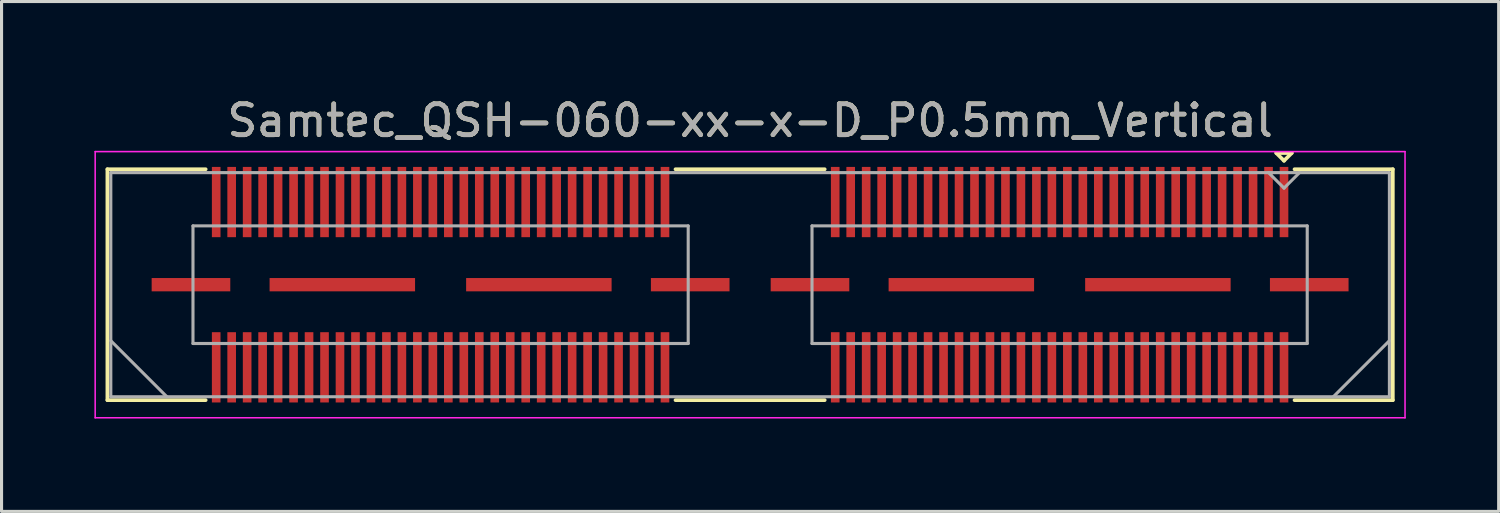
<source format=kicad_pcb>
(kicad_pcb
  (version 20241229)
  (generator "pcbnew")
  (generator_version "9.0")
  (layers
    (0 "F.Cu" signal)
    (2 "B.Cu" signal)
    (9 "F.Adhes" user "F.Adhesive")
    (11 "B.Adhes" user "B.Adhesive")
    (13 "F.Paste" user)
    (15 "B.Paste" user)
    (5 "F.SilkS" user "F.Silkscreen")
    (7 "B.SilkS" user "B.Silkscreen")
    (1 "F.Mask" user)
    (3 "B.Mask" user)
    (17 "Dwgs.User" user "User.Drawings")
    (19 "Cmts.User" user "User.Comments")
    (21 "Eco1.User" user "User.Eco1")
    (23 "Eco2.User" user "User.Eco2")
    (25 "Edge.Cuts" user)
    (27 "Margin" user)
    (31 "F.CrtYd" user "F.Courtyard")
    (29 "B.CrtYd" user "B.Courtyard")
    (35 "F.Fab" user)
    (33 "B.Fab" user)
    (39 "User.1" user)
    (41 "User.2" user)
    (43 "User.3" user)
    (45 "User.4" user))
  (footprint "Samtec_QSH-060-xx-x-D_P0.5mm_Vertical"
    (layer "F.Cu")
    (at 21.185 6.148)
    (property "Reference" "Samtec_QSH-060-xx-x-D_P0.5mm_Vertical" (at 0 -5.3 0) (layer "F.SilkS") (effects (font (size 1 1) (thickness 0.15))))
    (attr smd)
    (fp_line (start -20.765 -3.73) (end -17.59 -3.73) (stroke (width 0.12) (type solid)) (layer "F.SilkS"))
    (fp_line (start -20.765 3.73) (end -20.765 -3.73) (stroke (width 0.12) (type solid)) (layer "F.SilkS"))
    (fp_line (start -17.59 3.73) (end -20.765 3.73) (stroke (width 0.12) (type solid)) (layer "F.SilkS"))
    (fp_line (start 2.41 -3.73) (end -2.41 -3.73) (stroke (width 0.12) (type solid)) (layer "F.SilkS"))
    (fp_line (start 2.41 3.73) (end -2.41 3.73) (stroke (width 0.12) (type solid)) (layer "F.SilkS"))
    (fp_line (start 17 -4.255) (end 17.5 -4.255) (stroke (width 0.12) (type solid)) (layer "F.SilkS"))
    (fp_line (start 17.25 -4.005) (end 17 -4.255) (stroke (width 0.12) (type solid)) (layer "F.SilkS"))
    (fp_line (start 17.5 -4.255) (end 17.25 -4.005) (stroke (width 0.12) (type solid)) (layer "F.SilkS"))
    (fp_line (start 17.59 3.73) (end 20.765 3.73) (stroke (width 0.12) (type solid)) (layer "F.SilkS"))
    (fp_line (start 20.765 -3.73) (end 17.59 -3.73) (stroke (width 0.12) (type solid)) (layer "F.SilkS"))
    (fp_line (start 20.765 3.73) (end 20.765 -3.73) (stroke (width 0.12) (type solid)) (layer "F.SilkS"))
    (fp_line (start -21.16 -4.3) (end -21.16 4.3) (stroke (width 0.05) (type solid)) (layer "F.CrtYd"))
    (fp_line (start -21.16 4.3) (end 21.16 4.3) (stroke (width 0.05) (type solid)) (layer "F.CrtYd"))
    (fp_line (start 21.16 -4.3) (end -21.16 -4.3) (stroke (width 0.05) (type solid)) (layer "F.CrtYd"))
    (fp_line (start 21.16 4.3) (end 21.16 -4.3) (stroke (width 0.05) (type solid)) (layer "F.CrtYd"))
    (fp_line (start -20.655 -3.62) (end -20.655 3.62) (stroke (width 0.1) (type solid)) (layer "F.Fab"))
    (fp_line (start -20.655 1.81) (end -18.845 3.62) (stroke (width 0.1) (type solid)) (layer "F.Fab"))
    (fp_line (start -20.655 3.62) (end 20.655 3.62) (stroke (width 0.1) (type solid)) (layer "F.Fab"))
    (fp_line (start -18 -1.9) (end -18 1.9) (stroke (width 0.1) (type solid)) (layer "F.Fab"))
    (fp_line (start -18 1.9) (end -2 1.9) (stroke (width 0.1) (type solid)) (layer "F.Fab"))
    (fp_line (start -2 -1.9) (end -18 -1.9) (stroke (width 0.1) (type solid)) (layer "F.Fab"))
    (fp_line (start -2 1.9) (end -2 -1.9) (stroke (width 0.1) (type solid)) (layer "F.Fab"))
    (fp_line (start 2 -1.9) (end 2 1.9) (stroke (width 0.1) (type solid)) (layer "F.Fab"))
    (fp_line (start 2 1.9) (end 18 1.9) (stroke (width 0.1) (type solid)) (layer "F.Fab"))
    (fp_line (start 17.25 -3.12) (end 16.75 -3.62) (stroke (width 0.1) (type solid)) (layer "F.Fab"))
    (fp_line (start 17.75 -3.62) (end 17.25 -3.12) (stroke (width 0.1) (type solid)) (layer "F.Fab"))
    (fp_line (start 18 -1.9) (end 2 -1.9) (stroke (width 0.1) (type solid)) (layer "F.Fab"))
    (fp_line (start 18 1.9) (end 18 -1.9) (stroke (width 0.1) (type solid)) (layer "F.Fab"))
    (fp_line (start 20.655 -3.62) (end -20.655 -3.62) (stroke (width 0.1) (type solid)) (layer "F.Fab"))
    (fp_line (start 20.655 1.81) (end 18.845 3.62) (stroke (width 0.1) (type solid)) (layer "F.Fab"))
    (fp_line (start 20.655 3.62) (end 20.655 -3.62) (stroke (width 0.1) (type solid)) (layer "F.Fab"))
    (fp_text user "${REFERENCE}" (at 0 -5.3 0) (layer "F.Fab") (effects (font (size 1 1) (thickness 0.15))))
    (pad "1" smd rect (at 17.25 -2.67) (size 0.279 2.27) (layers "F.Cu" "F.Mask" "F.Paste"))
    (pad "2" smd rect (at 17.25 2.67) (size 0.279 2.27) (layers "F.Cu" "F.Mask" "F.Paste"))
    (pad "3" smd rect (at 16.75 -2.67) (size 0.279 2.27) (layers "F.Cu" "F.Mask" "F.Paste"))
    (pad "4" smd rect (at 16.75 2.67) (size 0.279 2.27) (layers "F.Cu" "F.Mask" "F.Paste"))
    (pad "5" smd rect (at 16.25 -2.67) (size 0.279 2.27) (layers "F.Cu" "F.Mask" "F.Paste"))
    (pad "6" smd rect (at 16.25 2.67) (size 0.279 2.27) (layers "F.Cu" "F.Mask" "F.Paste"))
    (pad "7" smd rect (at 15.75 -2.67) (size 0.279 2.27) (layers "F.Cu" "F.Mask" "F.Paste"))
    (pad "8" smd rect (at 15.75 2.67) (size 0.279 2.27) (layers "F.Cu" "F.Mask" "F.Paste"))
    (pad "9" smd rect (at 15.25 -2.67) (size 0.279 2.27) (layers "F.Cu" "F.Mask" "F.Paste"))
    (pad "10" smd rect (at 15.25 2.67) (size 0.279 2.27) (layers "F.Cu" "F.Mask" "F.Paste"))
    (pad "11" smd rect (at 14.75 -2.67) (size 0.279 2.27) (layers "F.Cu" "F.Mask" "F.Paste"))
    (pad "12" smd rect (at 14.75 2.67) (size 0.279 2.27) (layers "F.Cu" "F.Mask" "F.Paste"))
    (pad "13" smd rect (at 14.25 -2.67) (size 0.279 2.27) (layers "F.Cu" "F.Mask" "F.Paste"))
    (pad "14" smd rect (at 14.25 2.67) (size 0.279 2.27) (layers "F.Cu" "F.Mask" "F.Paste"))
    (pad "15" smd rect (at 13.75 -2.67) (size 0.279 2.27) (layers "F.Cu" "F.Mask" "F.Paste"))
    (pad "16" smd rect (at 13.75 2.67) (size 0.279 2.27) (layers "F.Cu" "F.Mask" "F.Paste"))
    (pad "17" smd rect (at 13.25 -2.67) (size 0.279 2.27) (layers "F.Cu" "F.Mask" "F.Paste"))
    (pad "18" smd rect (at 13.25 2.67) (size 0.279 2.27) (layers "F.Cu" "F.Mask" "F.Paste"))
    (pad "19" smd rect (at 12.75 -2.67) (size 0.279 2.27) (layers "F.Cu" "F.Mask" "F.Paste"))
    (pad "20" smd rect (at 12.75 2.67) (size 0.279 2.27) (layers "F.Cu" "F.Mask" "F.Paste"))
    (pad "21" smd rect (at 12.25 -2.67) (size 0.279 2.27) (layers "F.Cu" "F.Mask" "F.Paste"))
    (pad "22" smd rect (at 12.25 2.67) (size 0.279 2.27) (layers "F.Cu" "F.Mask" "F.Paste"))
    (pad "23" smd rect (at 11.75 -2.67) (size 0.279 2.27) (layers "F.Cu" "F.Mask" "F.Paste"))
    (pad "24" smd rect (at 11.75 2.67) (size 0.279 2.27) (layers "F.Cu" "F.Mask" "F.Paste"))
    (pad "25" smd rect (at 11.25 -2.67) (size 0.279 2.27) (layers "F.Cu" "F.Mask" "F.Paste"))
    (pad "26" smd rect (at 11.25 2.67) (size 0.279 2.27) (layers "F.Cu" "F.Mask" "F.Paste"))
    (pad "27" smd rect (at 10.75 -2.67) (size 0.279 2.27) (layers "F.Cu" "F.Mask" "F.Paste"))
    (pad "28" smd rect (at 10.75 2.67) (size 0.279 2.27) (layers "F.Cu" "F.Mask" "F.Paste"))
    (pad "29" smd rect (at 10.25 -2.67) (size 0.279 2.27) (layers "F.Cu" "F.Mask" "F.Paste"))
    (pad "30" smd rect (at 10.25 2.67) (size 0.279 2.27) (layers "F.Cu" "F.Mask" "F.Paste"))
    (pad "31" smd rect (at 9.75 -2.67) (size 0.279 2.27) (layers "F.Cu" "F.Mask" "F.Paste"))
    (pad "32" smd rect (at 9.75 2.67) (size 0.279 2.27) (layers "F.Cu" "F.Mask" "F.Paste"))
    (pad "33" smd rect (at 9.25 -2.67) (size 0.279 2.27) (layers "F.Cu" "F.Mask" "F.Paste"))
    (pad "34" smd rect (at 9.25 2.67) (size 0.279 2.27) (layers "F.Cu" "F.Mask" "F.Paste"))
    (pad "35" smd rect (at 8.75 -2.67) (size 0.279 2.27) (layers "F.Cu" "F.Mask" "F.Paste"))
    (pad "36" smd rect (at 8.75 2.67) (size 0.279 2.27) (layers "F.Cu" "F.Mask" "F.Paste"))
    (pad "37" smd rect (at 8.25 -2.67) (size 0.279 2.27) (layers "F.Cu" "F.Mask" "F.Paste"))
    (pad "38" smd rect (at 8.25 2.67) (size 0.279 2.27) (layers "F.Cu" "F.Mask" "F.Paste"))
    (pad "39" smd rect (at 7.75 -2.67) (size 0.279 2.27) (layers "F.Cu" "F.Mask" "F.Paste"))
    (pad "40" smd rect (at 7.75 2.67) (size 0.279 2.27) (layers "F.Cu" "F.Mask" "F.Paste"))
    (pad "41" smd rect (at 7.25 -2.67) (size 0.279 2.27) (layers "F.Cu" "F.Mask" "F.Paste"))
    (pad "42" smd rect (at 7.25 2.67) (size 0.279 2.27) (layers "F.Cu" "F.Mask" "F.Paste"))
    (pad "43" smd rect (at 6.75 -2.67) (size 0.279 2.27) (layers "F.Cu" "F.Mask" "F.Paste"))
    (pad "44" smd rect (at 6.75 2.67) (size 0.279 2.27) (layers "F.Cu" "F.Mask" "F.Paste"))
    (pad "45" smd rect (at 6.25 -2.67) (size 0.279 2.27) (layers "F.Cu" "F.Mask" "F.Paste"))
    (pad "46" smd rect (at 6.25 2.67) (size 0.279 2.27) (layers "F.Cu" "F.Mask" "F.Paste"))
    (pad "47" smd rect (at 5.75 -2.67) (size 0.279 2.27) (layers "F.Cu" "F.Mask" "F.Paste"))
    (pad "48" smd rect (at 5.75 2.67) (size 0.279 2.27) (layers "F.Cu" "F.Mask" "F.Paste"))
    (pad "49" smd rect (at 5.25 -2.67) (size 0.279 2.27) (layers "F.Cu" "F.Mask" "F.Paste"))
    (pad "50" smd rect (at 5.25 2.67) (size 0.279 2.27) (layers "F.Cu" "F.Mask" "F.Paste"))
    (pad "51" smd rect (at 4.75 -2.67) (size 0.279 2.27) (layers "F.Cu" "F.Mask" "F.Paste"))
    (pad "52" smd rect (at 4.75 2.67) (size 0.279 2.27) (layers "F.Cu" "F.Mask" "F.Paste"))
    (pad "53" smd rect (at 4.25 -2.67) (size 0.279 2.27) (layers "F.Cu" "F.Mask" "F.Paste"))
    (pad "54" smd rect (at 4.25 2.67) (size 0.279 2.27) (layers "F.Cu" "F.Mask" "F.Paste"))
    (pad "55" smd rect (at 3.75 -2.67) (size 0.279 2.27) (layers "F.Cu" "F.Mask" "F.Paste"))
    (pad "56" smd rect (at 3.75 2.67) (size 0.279 2.27) (layers "F.Cu" "F.Mask" "F.Paste"))
    (pad "57" smd rect (at 3.25 -2.67) (size 0.279 2.27) (layers "F.Cu" "F.Mask" "F.Paste"))
    (pad "58" smd rect (at 3.25 2.67) (size 0.279 2.27) (layers "F.Cu" "F.Mask" "F.Paste"))
    (pad "59" smd rect (at 2.75 -2.67) (size 0.279 2.27) (layers "F.Cu" "F.Mask" "F.Paste"))
    (pad "60" smd rect (at 2.75 2.67) (size 0.279 2.27) (layers "F.Cu" "F.Mask" "F.Paste"))
    (pad "61" smd rect (at -2.75 -2.67) (size 0.279 2.27) (layers "F.Cu" "F.Mask" "F.Paste"))
    (pad "62" smd rect (at -2.75 2.67) (size 0.279 2.27) (layers "F.Cu" "F.Mask" "F.Paste"))
    (pad "63" smd rect (at -3.25 -2.67) (size 0.279 2.27) (layers "F.Cu" "F.Mask" "F.Paste"))
    (pad "64" smd rect (at -3.25 2.67) (size 0.279 2.27) (layers "F.Cu" "F.Mask" "F.Paste"))
    (pad "65" smd rect (at -3.75 -2.67) (size 0.279 2.27) (layers "F.Cu" "F.Mask" "F.Paste"))
    (pad "66" smd rect (at -3.75 2.67) (size 0.279 2.27) (layers "F.Cu" "F.Mask" "F.Paste"))
    (pad "67" smd rect (at -4.25 -2.67) (size 0.279 2.27) (layers "F.Cu" "F.Mask" "F.Paste"))
    (pad "68" smd rect (at -4.25 2.67) (size 0.279 2.27) (layers "F.Cu" "F.Mask" "F.Paste"))
    (pad "69" smd rect (at -4.75 -2.67) (size 0.279 2.27) (layers "F.Cu" "F.Mask" "F.Paste"))
    (pad "70" smd rect (at -4.75 2.67) (size 0.279 2.27) (layers "F.Cu" "F.Mask" "F.Paste"))
    (pad "71" smd rect (at -5.25 -2.67) (size 0.279 2.27) (layers "F.Cu" "F.Mask" "F.Paste"))
    (pad "72" smd rect (at -5.25 2.67) (size 0.279 2.27) (layers "F.Cu" "F.Mask" "F.Paste"))
    (pad "73" smd rect (at -5.75 -2.67) (size 0.279 2.27) (layers "F.Cu" "F.Mask" "F.Paste"))
    (pad "74" smd rect (at -5.75 2.67) (size 0.279 2.27) (layers "F.Cu" "F.Mask" "F.Paste"))
    (pad "75" smd rect (at -6.25 -2.67) (size 0.279 2.27) (layers "F.Cu" "F.Mask" "F.Paste"))
    (pad "76" smd rect (at -6.25 2.67) (size 0.279 2.27) (layers "F.Cu" "F.Mask" "F.Paste"))
    (pad "77" smd rect (at -6.75 -2.67) (size 0.279 2.27) (layers "F.Cu" "F.Mask" "F.Paste"))
    (pad "78" smd rect (at -6.75 2.67) (size 0.279 2.27) (layers "F.Cu" "F.Mask" "F.Paste"))
    (pad "79" smd rect (at -7.25 -2.67) (size 0.279 2.27) (layers "F.Cu" "F.Mask" "F.Paste"))
    (pad "80" smd rect (at -7.25 2.67) (size 0.279 2.27) (layers "F.Cu" "F.Mask" "F.Paste"))
    (pad "81" smd rect (at -7.75 -2.67) (size 0.279 2.27) (layers "F.Cu" "F.Mask" "F.Paste"))
    (pad "82" smd rect (at -7.75 2.67) (size 0.279 2.27) (layers "F.Cu" "F.Mask" "F.Paste"))
    (pad "83" smd rect (at -8.25 -2.67) (size 0.279 2.27) (layers "F.Cu" "F.Mask" "F.Paste"))
    (pad "84" smd rect (at -8.25 2.67) (size 0.279 2.27) (layers "F.Cu" "F.Mask" "F.Paste"))
    (pad "85" smd rect (at -8.75 -2.67) (size 0.279 2.27) (layers "F.Cu" "F.Mask" "F.Paste"))
    (pad "86" smd rect (at -8.75 2.67) (size 0.279 2.27) (layers "F.Cu" "F.Mask" "F.Paste"))
    (pad "87" smd rect (at -9.25 -2.67) (size 0.279 2.27) (layers "F.Cu" "F.Mask" "F.Paste"))
    (pad "88" smd rect (at -9.25 2.67) (size 0.279 2.27) (layers "F.Cu" "F.Mask" "F.Paste"))
    (pad "89" smd rect (at -9.75 -2.67) (size 0.279 2.27) (layers "F.Cu" "F.Mask" "F.Paste"))
    (pad "90" smd rect (at -9.75 2.67) (size 0.279 2.27) (layers "F.Cu" "F.Mask" "F.Paste"))
    (pad "91" smd rect (at -10.25 -2.67) (size 0.279 2.27) (layers "F.Cu" "F.Mask" "F.Paste"))
    (pad "92" smd rect (at -10.25 2.67) (size 0.279 2.27) (layers "F.Cu" "F.Mask" "F.Paste"))
    (pad "93" smd rect (at -10.75 -2.67) (size 0.279 2.27) (layers "F.Cu" "F.Mask" "F.Paste"))
    (pad "94" smd rect (at -10.75 2.67) (size 0.279 2.27) (layers "F.Cu" "F.Mask" "F.Paste"))
    (pad "95" smd rect (at -11.25 -2.67) (size 0.279 2.27) (layers "F.Cu" "F.Mask" "F.Paste"))
    (pad "96" smd rect (at -11.25 2.67) (size 0.279 2.27) (layers "F.Cu" "F.Mask" "F.Paste"))
    (pad "97" smd rect (at -11.75 -2.67) (size 0.279 2.27) (layers "F.Cu" "F.Mask" "F.Paste"))
    (pad "98" smd rect (at -11.75 2.67) (size 0.279 2.27) (layers "F.Cu" "F.Mask" "F.Paste"))
    (pad "99" smd rect (at -12.25 -2.67) (size 0.279 2.27) (layers "F.Cu" "F.Mask" "F.Paste"))
    (pad "100" smd rect (at -12.25 2.67) (size 0.279 2.27) (layers "F.Cu" "F.Mask" "F.Paste"))
    (pad "101" smd rect (at -12.75 -2.67) (size 0.279 2.27) (layers "F.Cu" "F.Mask" "F.Paste"))
    (pad "102" smd rect (at -12.75 2.67) (size 0.279 2.27) (layers "F.Cu" "F.Mask" "F.Paste"))
    (pad "103" smd rect (at -13.25 -2.67) (size 0.279 2.27) (layers "F.Cu" "F.Mask" "F.Paste"))
    (pad "104" smd rect (at -13.25 2.67) (size 0.279 2.27) (layers "F.Cu" "F.Mask" "F.Paste"))
    (pad "105" smd rect (at -13.75 -2.67) (size 0.279 2.27) (layers "F.Cu" "F.Mask" "F.Paste"))
    (pad "106" smd rect (at -13.75 2.67) (size 0.279 2.27) (layers "F.Cu" "F.Mask" "F.Paste"))
    (pad "107" smd rect (at -14.25 -2.67) (size 0.279 2.27) (layers "F.Cu" "F.Mask" "F.Paste"))
    (pad "108" smd rect (at -14.25 2.67) (size 0.279 2.27) (layers "F.Cu" "F.Mask" "F.Paste"))
    (pad "109" smd rect (at -14.75 -2.67) (size 0.279 2.27) (layers "F.Cu" "F.Mask" "F.Paste"))
    (pad "110" smd rect (at -14.75 2.67) (size 0.279 2.27) (layers "F.Cu" "F.Mask" "F.Paste"))
    (pad "111" smd rect (at -15.25 -2.67) (size 0.279 2.27) (layers "F.Cu" "F.Mask" "F.Paste"))
    (pad "112" smd rect (at -15.25 2.67) (size 0.279 2.27) (layers "F.Cu" "F.Mask" "F.Paste"))
    (pad "113" smd rect (at -15.75 -2.67) (size 0.279 2.27) (layers "F.Cu" "F.Mask" "F.Paste"))
    (pad "114" smd rect (at -15.75 2.67) (size 0.279 2.27) (layers "F.Cu" "F.Mask" "F.Paste"))
    (pad "115" smd rect (at -16.25 -2.67) (size 0.279 2.27) (layers "F.Cu" "F.Mask" "F.Paste"))
    (pad "116" smd rect (at -16.25 2.67) (size 0.279 2.27) (layers "F.Cu" "F.Mask" "F.Paste"))
    (pad "117" smd rect (at -16.75 -2.67) (size 0.279 2.27) (layers "F.Cu" "F.Mask" "F.Paste"))
    (pad "118" smd rect (at -16.75 2.67) (size 0.279 2.27) (layers "F.Cu" "F.Mask" "F.Paste"))
    (pad "119" smd rect (at -17.25 -2.67) (size 0.279 2.27) (layers "F.Cu" "F.Mask" "F.Paste"))
    (pad "120" smd rect (at -17.25 2.67) (size 0.279 2.27) (layers "F.Cu" "F.Mask" "F.Paste"))
    (pad "P1" smd rect (at 1.935 0) (size 2.54 0.43) (layers "F.Cu" "F.Mask" "F.Paste"))
    (pad "P1" smd rect (at 6.825 0) (size 4.7 0.43) (layers "F.Cu" "F.Mask" "F.Paste"))
    (pad "P1" smd rect (at 13.175 0) (size 4.7 0.43) (layers "F.Cu" "F.Mask" "F.Paste"))
    (pad "P1" smd rect (at 18.065 0) (size 2.54 0.43) (layers "F.Cu" "F.Mask" "F.Paste"))
    (pad "P2" smd rect (at -18.065 0) (size 2.54 0.43) (layers "F.Cu" "F.Mask" "F.Paste"))
    (pad "P2" smd rect (at -13.175 0) (size 4.7 0.43) (layers "F.Cu" "F.Mask" "F.Paste"))
    (pad "P2" smd rect (at -6.825 0) (size 4.7 0.43) (layers "F.Cu" "F.Mask" "F.Paste"))
    (pad "P2" smd rect (at -1.935 0) (size 2.54 0.43) (layers "F.Cu" "F.Mask" "F.Paste")))
  (gr_rect
    (start -3 -3)
    (end 45.37 13.473)
    (stroke (width 0.1) (type default))
    (fill no)
    (layer "Edge.Cuts")))
</source>
